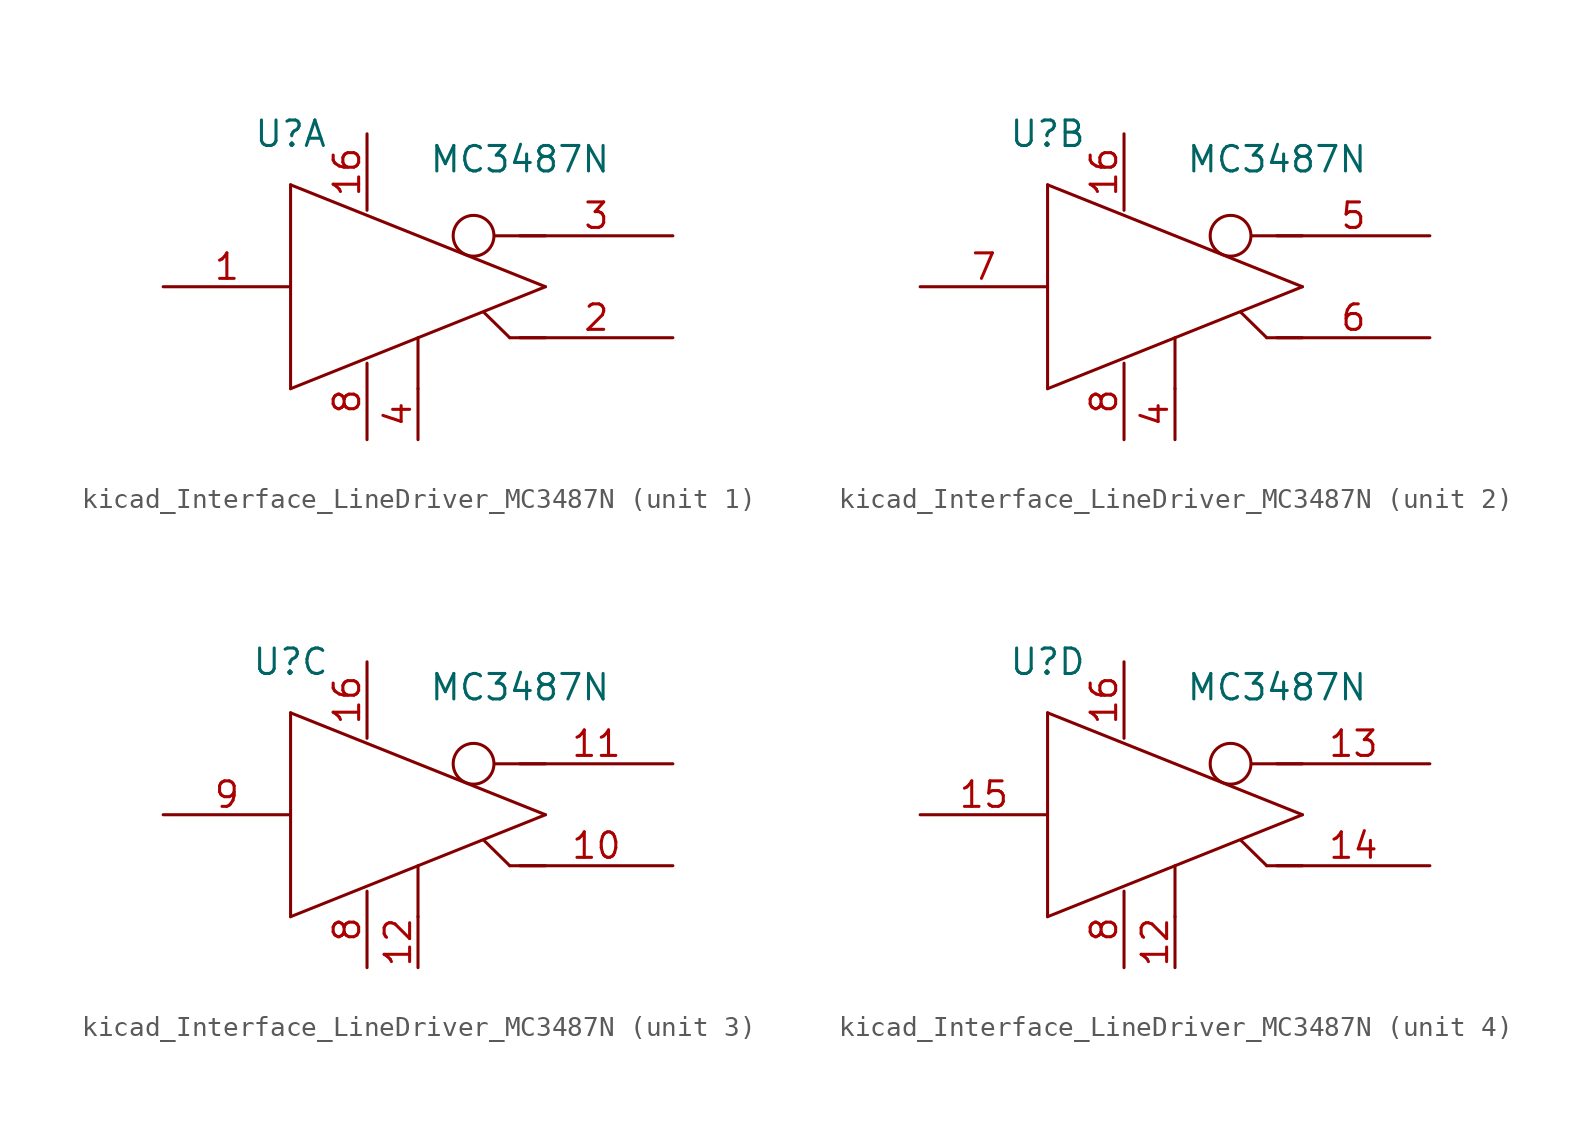
<source format=kicad_sym>
(kicad_symbol_lib
  (version 20220914)
  (generator kicad_symbol_editor)
  (symbol "kicad_Interface_LineDriver_MC3487N"
    (pin_names
      (offset 1.016) hide)
    (property "Reference" "U"
      (at -6.35 7.62 0)
      (effects (font (size 1.27 1.27))))
    (property "Value" "MC3487N"
      (at 5.08 6.35 0)
      (effects (font (size 1.27 1.27))))
    (symbol "kicad_Interface_LineDriver_MC3487N_0_1"
      (polyline (pts (xy -6.35 -5.08) (xy 6.35 0)) (stroke (width 0) (type default)) (fill (type none)))
      (polyline (pts (xy -6.35 5.08) (xy -6.35 -5.08)) (stroke (width 0) (type default)) (fill (type none)))
      (polyline (pts (xy 0 -5.08) (xy 0 -2.54)) (stroke (width 0) (type default)) (fill (type none)))
      (polyline (pts (xy 3.81 2.54) (xy 6.35 2.54)) (stroke (width 0) (type default)) (fill (type none)))
      (polyline (pts (xy 4.572 -2.54) (xy 3.277 -1.27)) (stroke (width 0) (type default)) (fill (type none)))
      (polyline (pts (xy 6.35 -2.54) (xy 4.572 -2.54)) (stroke (width 0) (type default)) (fill (type none)))
      (polyline (pts (xy 6.35 0) (xy -6.35 5.08)) (stroke (width 0) (type default)) (fill (type none)))
      (circle (center 2.769 2.54) (radius 1.016) (stroke (width 0) (type default)) (fill (type none))))
    (symbol "kicad_Interface_LineDriver_MC3487N_1_1"
      (pin input line (at -12.7 0 0) (length 6.35) (name "INPUT" (effects (font (size 1.27 1.27)))) (number "1" (effects (font (size 1.27 1.27)))))
      (pin power_in line (at -2.54 7.62 270) (length 3.81) (name "VCC" (effects (font (size 1.27 1.27)))) (number "16" (effects (font (size 1.27 1.27)))))
      (pin tri_state line (at 12.7 -2.54 180) (length 7.62) (name "OUT+" (effects (font (size 1.27 1.27)))) (number "2" (effects (font (size 1.27 1.27)))))
      (pin tri_state line (at 12.7 2.54 180) (length 7.62) (name "OUT-" (effects (font (size 1.27 1.27)))) (number "3" (effects (font (size 1.27 1.27)))))
      (pin input line (at 0 -7.62 90) (length 2.54) (name "ENABLE" (effects (font (size 1.27 1.27)))) (number "4" (effects (font (size 1.27 1.27)))))
      (pin power_in line (at -2.54 -7.62 90) (length 3.81) (name "GND" (effects (font (size 1.27 1.27)))) (number "8" (effects (font (size 1.27 1.27))))))
    (symbol "kicad_Interface_LineDriver_MC3487N_2_1"
      (pin power_in line (at -2.54 7.62 270) (length 3.81) (name "VCC" (effects (font (size 1.27 1.27)))) (number "16" (effects (font (size 1.27 1.27)))))
      (pin input line (at 0 -7.62 90) (length 2.54) (name "ENABLE" (effects (font (size 1.27 1.27)))) (number "4" (effects (font (size 1.27 1.27)))))
      (pin tri_state line (at 12.7 2.54 180) (length 7.62) (name "OUT-" (effects (font (size 1.27 1.27)))) (number "5" (effects (font (size 1.27 1.27)))))
      (pin tri_state line (at 12.7 -2.54 180) (length 7.62) (name "OUT+" (effects (font (size 1.27 1.27)))) (number "6" (effects (font (size 1.27 1.27)))))
      (pin input line (at -12.7 0 0) (length 6.35) (name "INPUT" (effects (font (size 1.27 1.27)))) (number "7" (effects (font (size 1.27 1.27)))))
      (pin power_in line (at -2.54 -7.62 90) (length 3.81) (name "GND" (effects (font (size 1.27 1.27)))) (number "8" (effects (font (size 1.27 1.27))))))
    (symbol "kicad_Interface_LineDriver_MC3487N_3_1"
      (pin tri_state line (at 12.7 -2.54 180) (length 7.62) (name "OUT+" (effects (font (size 1.27 1.27)))) (number "10" (effects (font (size 1.27 1.27)))))
      (pin tri_state line (at 12.7 2.54 180) (length 7.62) (name "OUT-" (effects (font (size 1.27 1.27)))) (number "11" (effects (font (size 1.27 1.27)))))
      (pin input line (at 0 -7.62 90) (length 2.54) (name "ENABLE" (effects (font (size 1.27 1.27)))) (number "12" (effects (font (size 1.27 1.27)))))
      (pin power_in line (at -2.54 7.62 270) (length 3.81) (name "VCC" (effects (font (size 1.27 1.27)))) (number "16" (effects (font (size 1.27 1.27)))))
      (pin power_in line (at -2.54 -7.62 90) (length 3.81) (name "GND" (effects (font (size 1.27 1.27)))) (number "8" (effects (font (size 1.27 1.27)))))
      (pin input line (at -12.7 0 0) (length 6.35) (name "INPUT" (effects (font (size 1.27 1.27)))) (number "9" (effects (font (size 1.27 1.27))))))
    (symbol "kicad_Interface_LineDriver_MC3487N_4_1"
      (pin input line (at 0 -7.62 90) (length 2.54) (name "ENABLE" (effects (font (size 1.27 1.27)))) (number "12" (effects (font (size 1.27 1.27)))))
      (pin tri_state line (at 12.7 2.54 180) (length 7.62) (name "OUT-" (effects (font (size 1.27 1.27)))) (number "13" (effects (font (size 1.27 1.27)))))
      (pin tri_state line (at 12.7 -2.54 180) (length 7.62) (name "OUT+" (effects (font (size 1.27 1.27)))) (number "14" (effects (font (size 1.27 1.27)))))
      (pin input line (at -12.7 0 0) (length 6.35) (name "INPUT" (effects (font (size 1.27 1.27)))) (number "15" (effects (font (size 1.27 1.27)))))
      (pin power_in line (at -2.54 7.62 270) (length 3.81) (name "VCC" (effects (font (size 1.27 1.27)))) (number "16" (effects (font (size 1.27 1.27)))))
      (pin power_in line (at -2.54 -7.62 90) (length 3.81) (name "GND" (effects (font (size 1.27 1.27)))) (number "8" (effects (font (size 1.27 1.27))))))))
</source>
